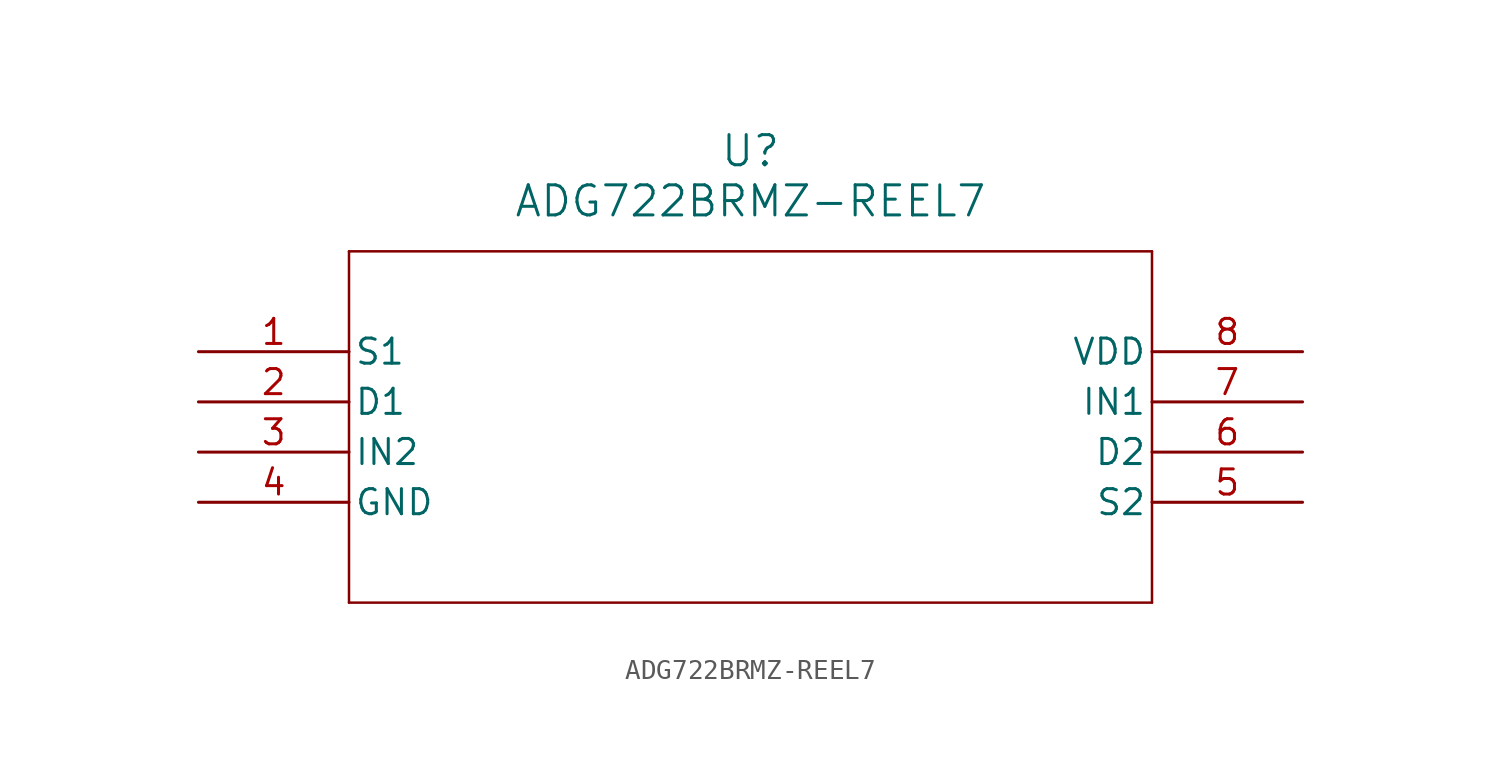
<source format=kicad_sym>
(kicad_symbol_lib
  (version 20211014)
  (generator kicad_symbol_editor)
  (symbol "ADG722BRMZ-REEL7"
    (pin_names
      (offset 0.254))
    (property "Reference" "U"
      (at 27.94 10.16 0)
      (effects (font (size 1.524 1.524))))
    (property "Value" "ADG722BRMZ-REEL7"
      (at 27.94 7.62 0)
      (effects (font (size 1.524 1.524))))
    (symbol "ADG722BRMZ-REEL7_0_1"
      (polyline (pts (xy 7.62 5.08) (xy 7.62 -12.7)) (stroke (width 0.127) (type default) (color 0 0 0 0)) (fill (type none)))
      (polyline (pts (xy 7.62 -12.7) (xy 48.26 -12.7)) (stroke (width 0.127) (type default) (color 0 0 0 0)) (fill (type none)))
      (polyline (pts (xy 48.26 -12.7) (xy 48.26 5.08)) (stroke (width 0.127) (type default) (color 0 0 0 0)) (fill (type none)))
      (polyline (pts (xy 48.26 5.08) (xy 7.62 5.08)) (stroke (width 0.127) (type default) (color 0 0 0 0)) (fill (type none)))
      (pin unspecified line (at 0 0 0) (length 7.62) (name "S1" (effects (font (size 1.27 1.27)))) (number "1" (effects (font (size 1.27 1.27)))))
      (pin unspecified line (at 0 -2.54 0) (length 7.62) (name "D1" (effects (font (size 1.27 1.27)))) (number "2" (effects (font (size 1.27 1.27)))))
      (pin unspecified line (at 0 -5.08 0) (length 7.62) (name "IN2" (effects (font (size 1.27 1.27)))) (number "3" (effects (font (size 1.27 1.27)))))
      (pin unspecified line (at 0 -7.62 0) (length 7.62) (name "GND" (effects (font (size 1.27 1.27)))) (number "4" (effects (font (size 1.27 1.27)))))
      (pin unspecified line (at 55.88 -7.62 180) (length 7.62) (name "S2" (effects (font (size 1.27 1.27)))) (number "5" (effects (font (size 1.27 1.27)))))
      (pin unspecified line (at 55.88 -5.08 180) (length 7.62) (name "D2" (effects (font (size 1.27 1.27)))) (number "6" (effects (font (size 1.27 1.27)))))
      (pin unspecified line (at 55.88 -2.54 180) (length 7.62) (name "IN1" (effects (font (size 1.27 1.27)))) (number "7" (effects (font (size 1.27 1.27)))))
      (pin power_in line (at 55.88 0 180) (length 7.62) (name "VDD" (effects (font (size 1.27 1.27)))) (number "8" (effects (font (size 1.27 1.27))))))))
</source>
